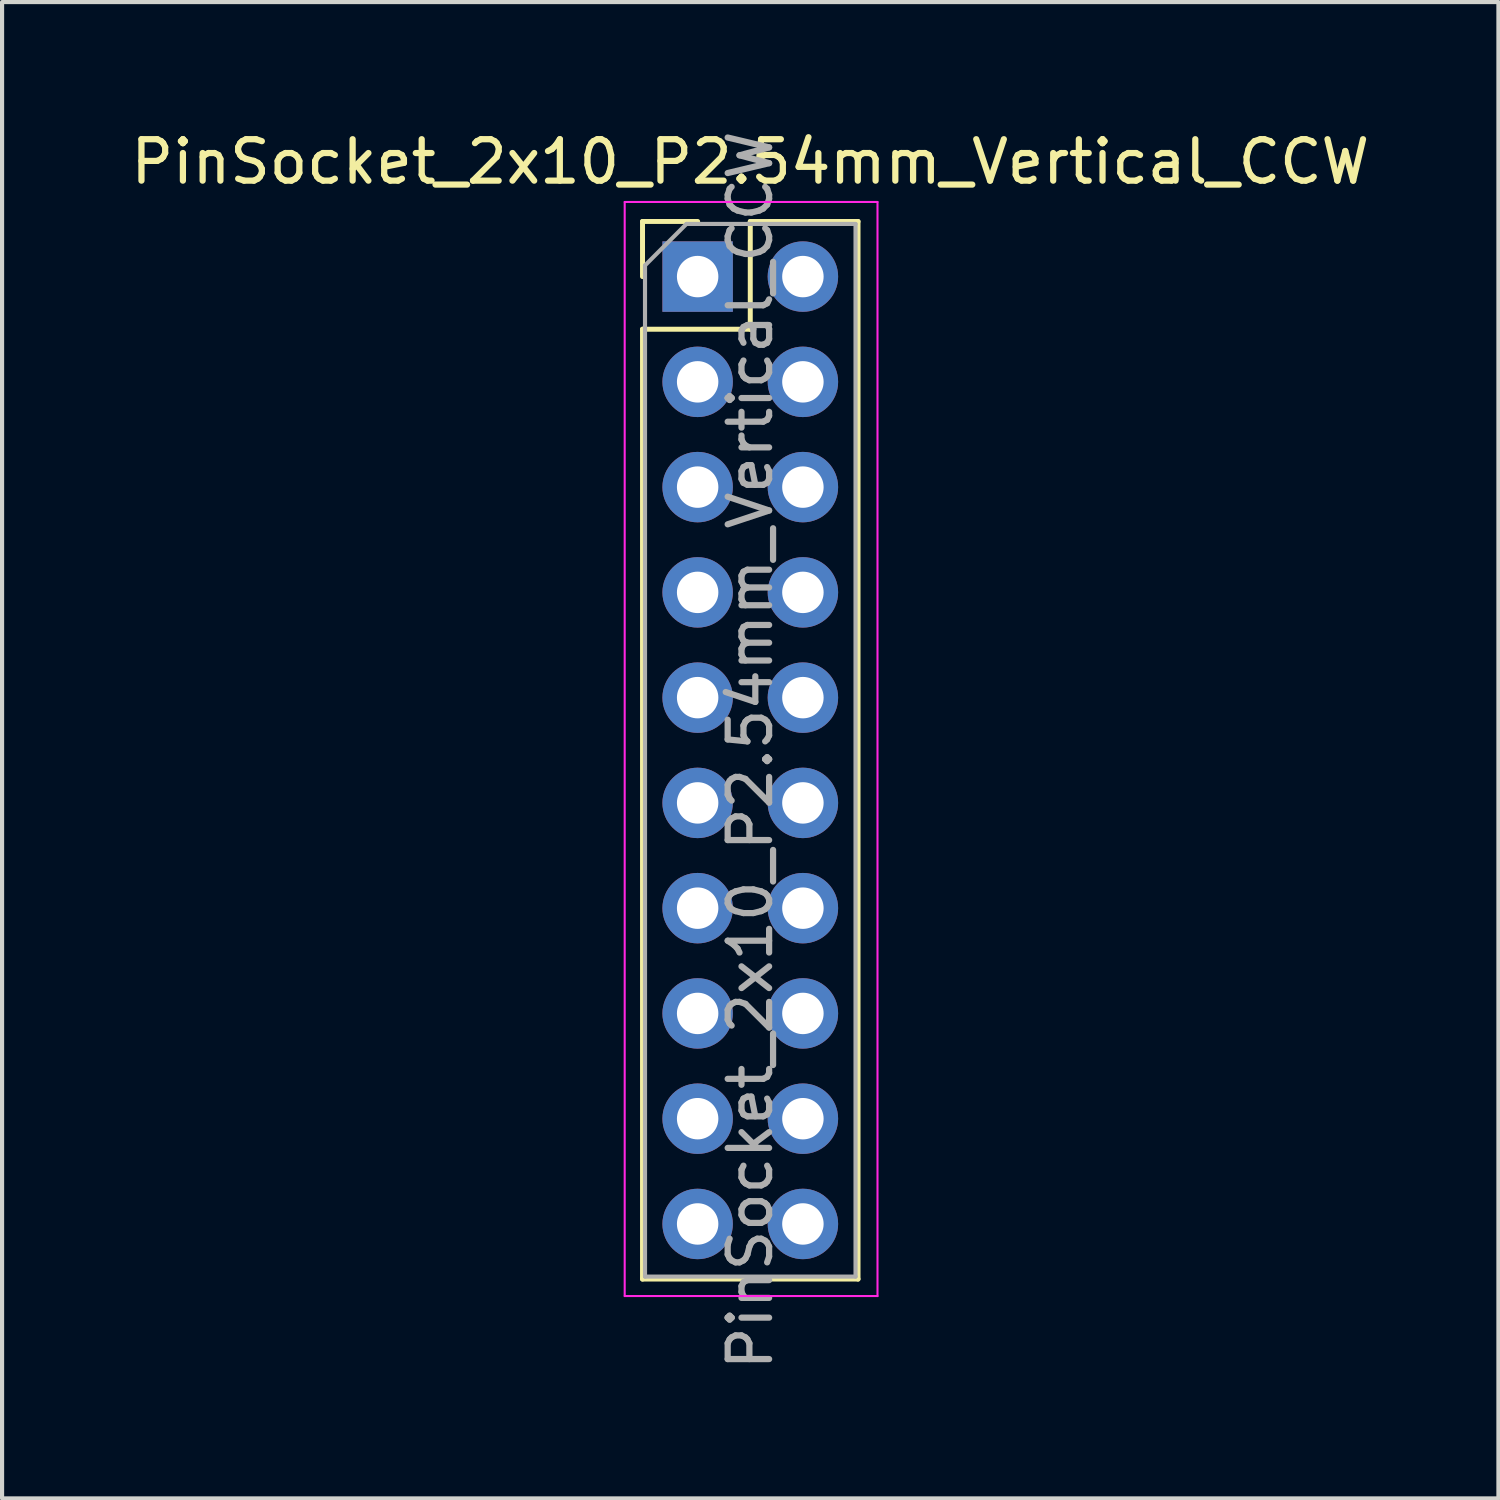
<source format=kicad_pcb>
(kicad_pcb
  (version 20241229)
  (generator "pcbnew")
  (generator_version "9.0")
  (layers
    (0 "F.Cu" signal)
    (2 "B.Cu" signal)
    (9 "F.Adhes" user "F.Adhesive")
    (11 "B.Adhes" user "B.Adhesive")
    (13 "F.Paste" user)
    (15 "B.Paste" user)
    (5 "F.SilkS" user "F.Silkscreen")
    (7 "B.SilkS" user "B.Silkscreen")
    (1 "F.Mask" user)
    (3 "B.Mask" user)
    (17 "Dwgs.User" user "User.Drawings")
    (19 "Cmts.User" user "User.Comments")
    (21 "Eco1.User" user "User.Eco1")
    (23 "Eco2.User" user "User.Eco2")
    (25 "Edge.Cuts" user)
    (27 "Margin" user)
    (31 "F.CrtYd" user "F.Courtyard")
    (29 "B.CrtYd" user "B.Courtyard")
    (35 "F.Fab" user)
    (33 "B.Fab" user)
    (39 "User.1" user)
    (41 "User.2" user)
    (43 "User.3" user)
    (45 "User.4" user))
  (footprint "PinSocket_2x10_P2.54mm_Vertical_CCW"
    (layer "F.Cu")
    (at 13.784 3.624)
    (property "Reference" "PinSocket_2x10_P2.54mm_Vertical_CCW" (at 1.27 -2.77 0) (layer "F.SilkS") (effects (font (size 1 1) (thickness 0.15))))
    (attr through_hole)
    (fp_line (start -1.33 -1.33) (end -1.33 0) (stroke (width 0.12) (type solid)) (layer "F.SilkS"))
    (fp_line (start -1.33 1.27) (end -1.33 24.19) (stroke (width 0.12) (type solid)) (layer "F.SilkS"))
    (fp_line (start -1.33 1.27) (end 1.27 1.27) (stroke (width 0.12) (type solid)) (layer "F.SilkS"))
    (fp_line (start -1.33 24.19) (end 3.87 24.19) (stroke (width 0.12) (type solid)) (layer "F.SilkS"))
    (fp_line (start 0 -1.33) (end -1.33 -1.33) (stroke (width 0.12) (type solid)) (layer "F.SilkS"))
    (fp_line (start 1.27 -1.33) (end 1.27 1.27) (stroke (width 0.12) (type solid)) (layer "F.SilkS"))
    (fp_line (start 3.87 -1.33) (end 1.27 -1.33) (stroke (width 0.12) (type solid)) (layer "F.SilkS"))
    (fp_line (start 3.87 -1.33) (end 3.87 24.19) (stroke (width 0.12) (type solid)) (layer "F.SilkS"))
    (fp_line (start -1.76 -1.8) (end -1.76 24.6) (stroke (width 0.05) (type solid)) (layer "F.CrtYd"))
    (fp_line (start -1.76 -1.8) (end 4.34 -1.8) (stroke (width 0.05) (type solid)) (layer "F.CrtYd"))
    (fp_line (start 4.34 24.6) (end -1.76 24.6) (stroke (width 0.05) (type solid)) (layer "F.CrtYd"))
    (fp_line (start 4.34 24.6) (end 4.34 -1.8) (stroke (width 0.05) (type solid)) (layer "F.CrtYd"))
    (fp_line (start -1.27 -0.27) (end -1.27 24.13) (stroke (width 0.1) (type solid)) (layer "F.Fab"))
    (fp_line (start -1.27 24.13) (end 3.81 24.13) (stroke (width 0.1) (type solid)) (layer "F.Fab"))
    (fp_line (start -0.27 -1.27) (end -1.27 -0.27) (stroke (width 0.1) (type solid)) (layer "F.Fab"))
    (fp_line (start 3.81 -1.27) (end -0.27 -1.27) (stroke (width 0.1) (type solid)) (layer "F.Fab"))
    (fp_line (start 3.81 24.13) (end 3.81 -1.27) (stroke (width 0.1) (type solid)) (layer "F.Fab"))
    (fp_text user "${REFERENCE}" (at 1.27 11.43 90) (layer "F.Fab") (effects (font (size 1 1) (thickness 0.15))))
    (pad "1" thru_hole rect (at 0 0) (size 1.7 1.7) (drill 1) (layers "*.Cu" "*.Mask"))
    (pad "2" thru_hole oval (at 0 2.54) (size 1.7 1.7) (drill 1) (layers "*.Cu" "*.Mask"))
    (pad "3" thru_hole oval (at 0 5.08) (size 1.7 1.7) (drill 1) (layers "*.Cu" "*.Mask"))
    (pad "4" thru_hole oval (at 0 7.62) (size 1.7 1.7) (drill 1) (layers "*.Cu" "*.Mask"))
    (pad "5" thru_hole oval (at 0 10.16) (size 1.7 1.7) (drill 1) (layers "*.Cu" "*.Mask"))
    (pad "6" thru_hole oval (at 0 12.7) (size 1.7 1.7) (drill 1) (layers "*.Cu" "*.Mask"))
    (pad "7" thru_hole oval (at 0 15.24) (size 1.7 1.7) (drill 1) (layers "*.Cu" "*.Mask"))
    (pad "8" thru_hole oval (at 0 17.78) (size 1.7 1.7) (drill 1) (layers "*.Cu" "*.Mask"))
    (pad "9" thru_hole oval (at 0 20.32) (size 1.7 1.7) (drill 1) (layers "*.Cu" "*.Mask"))
    (pad "10" thru_hole oval (at 0 22.86) (size 1.7 1.7) (drill 1) (layers "*.Cu" "*.Mask"))
    (pad "11" thru_hole oval (at 2.54 22.86) (size 1.7 1.7) (drill 1) (layers "*.Cu" "*.Mask"))
    (pad "12" thru_hole oval (at 2.54 20.32) (size 1.7 1.7) (drill 1) (layers "*.Cu" "*.Mask"))
    (pad "13" thru_hole oval (at 2.54 17.78) (size 1.7 1.7) (drill 1) (layers "*.Cu" "*.Mask"))
    (pad "14" thru_hole oval (at 2.54 15.24) (size 1.7 1.7) (drill 1) (layers "*.Cu" "*.Mask"))
    (pad "15" thru_hole oval (at 2.54 12.7) (size 1.7 1.7) (drill 1) (layers "*.Cu" "*.Mask"))
    (pad "16" thru_hole oval (at 2.54 10.16) (size 1.7 1.7) (drill 1) (layers "*.Cu" "*.Mask"))
    (pad "17" thru_hole oval (at 2.54 7.62) (size 1.7 1.7) (drill 1) (layers "*.Cu" "*.Mask"))
    (pad "18" thru_hole oval (at 2.54 5.08) (size 1.7 1.7) (drill 1) (layers "*.Cu" "*.Mask"))
    (pad "19" thru_hole oval (at 2.54 2.54) (size 1.7 1.7) (drill 1) (layers "*.Cu" "*.Mask"))
    (pad "20" thru_hole oval (at 2.54 0) (size 1.7 1.7) (drill 1) (layers "*.Cu" "*.Mask")))
  (gr_rect
    (start -3 -3)
    (end 33.107 33.107)
    (stroke (width 0.1) (type default))
    (fill no)
    (layer "Edge.Cuts")))
</source>
